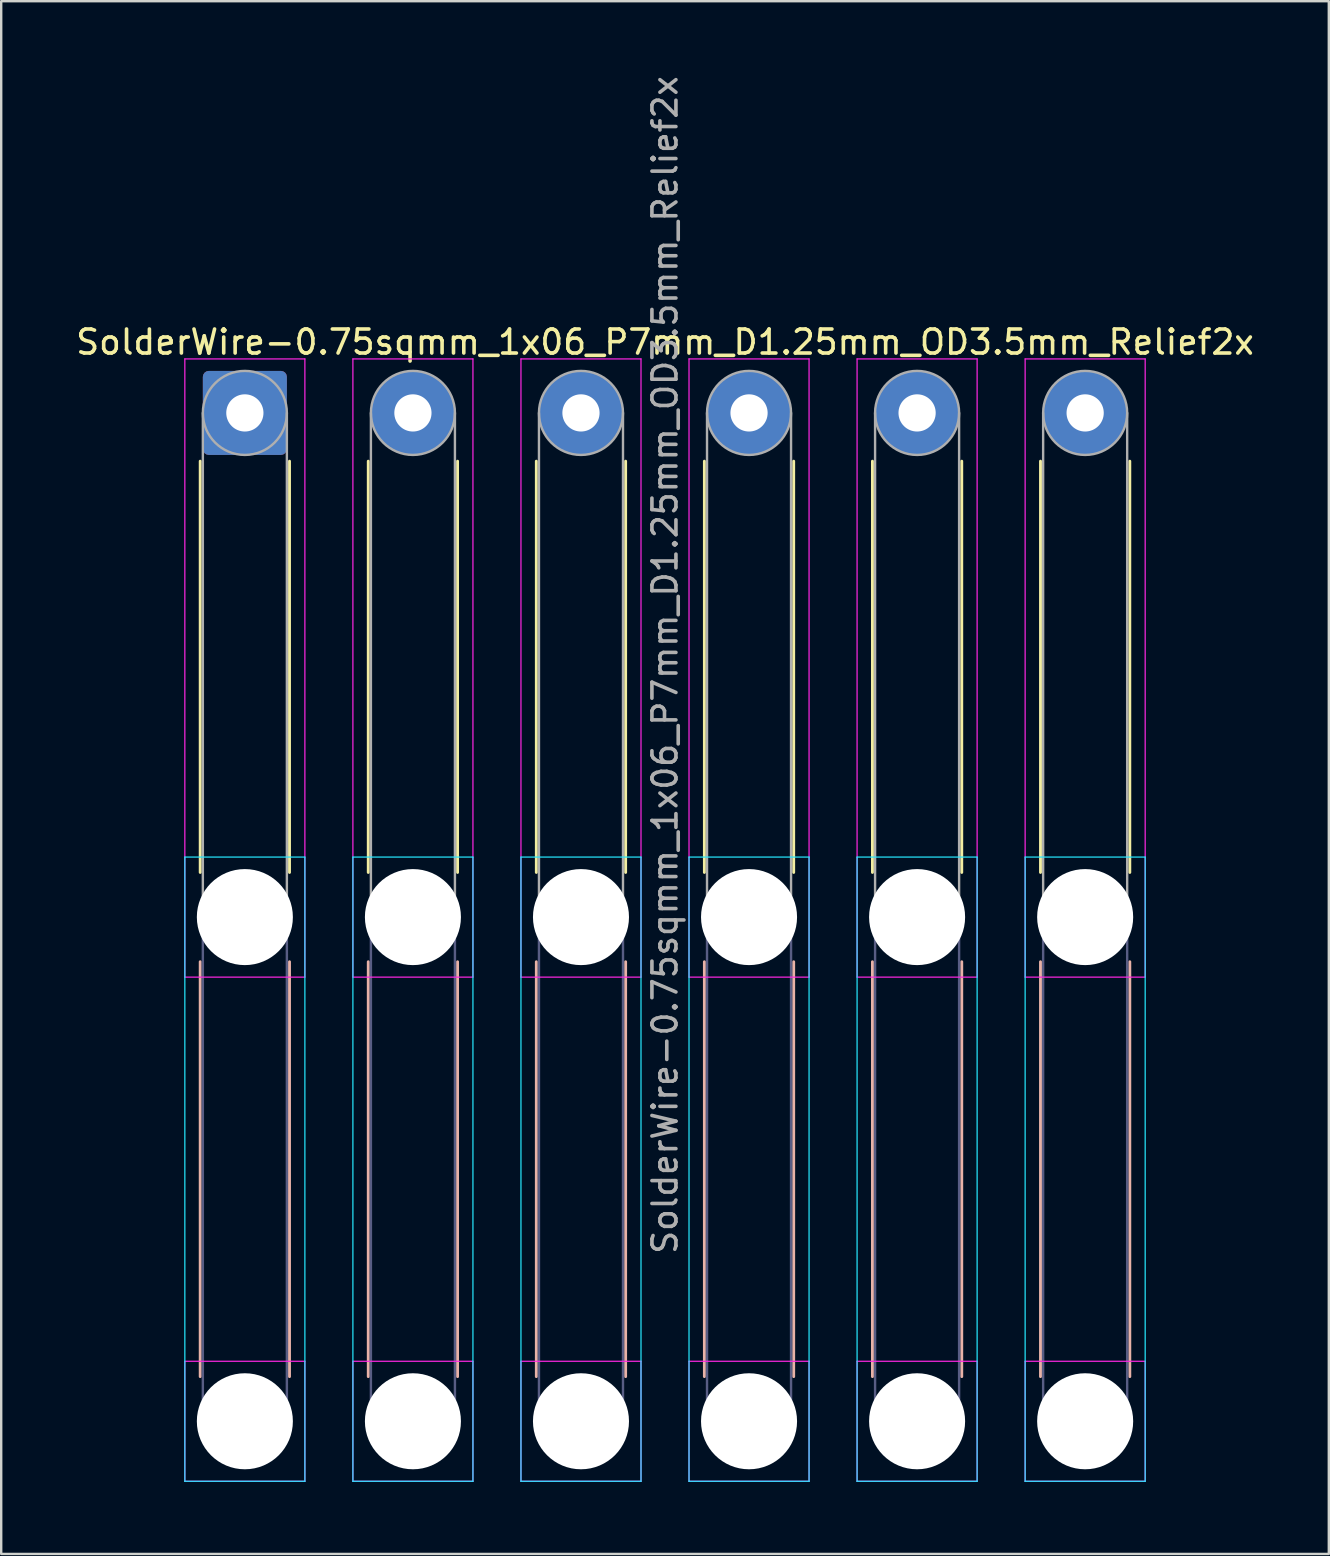
<source format=kicad_pcb>
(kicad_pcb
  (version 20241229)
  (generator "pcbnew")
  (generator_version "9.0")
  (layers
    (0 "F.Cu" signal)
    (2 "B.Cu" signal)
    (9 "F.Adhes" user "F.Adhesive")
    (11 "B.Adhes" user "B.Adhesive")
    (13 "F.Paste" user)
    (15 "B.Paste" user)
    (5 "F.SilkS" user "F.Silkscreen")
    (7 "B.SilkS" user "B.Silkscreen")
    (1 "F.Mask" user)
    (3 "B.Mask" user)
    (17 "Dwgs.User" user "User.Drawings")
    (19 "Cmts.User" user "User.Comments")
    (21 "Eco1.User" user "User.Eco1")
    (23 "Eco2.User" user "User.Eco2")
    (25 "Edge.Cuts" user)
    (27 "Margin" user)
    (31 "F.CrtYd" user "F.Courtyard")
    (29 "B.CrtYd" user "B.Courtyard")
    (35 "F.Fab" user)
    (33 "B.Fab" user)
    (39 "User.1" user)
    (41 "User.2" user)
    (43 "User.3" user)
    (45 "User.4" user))
  (footprint "SolderWire-0.75sqmm_1x06_P7mm_D1.25mm_OD3.5mm_Relief2x"
    (layer "F.Cu")
    (at 7.149 14.149)
    (property "Reference" "SolderWire-0.75sqmm_1x06_P7mm_D1.25mm_OD3.5mm_Relief2x" (at 17.5 -2.95 0) (layer "F.SilkS") (effects (font (size 1 1) (thickness 0.15))))
    (attr exclude_from_pos_files exclude_from_bom)
    (fp_line (start -1.86 2.01) (end -1.86 19.14) (stroke (width 0.12) (type solid)) (layer "F.SilkS"))
    (fp_line (start 1.86 2.01) (end 1.86 19.14) (stroke (width 0.12) (type solid)) (layer "F.SilkS"))
    (fp_line (start 5.14 2.01) (end 5.14 19.14) (stroke (width 0.12) (type solid)) (layer "F.SilkS"))
    (fp_line (start 8.86 2.01) (end 8.86 19.14) (stroke (width 0.12) (type solid)) (layer "F.SilkS"))
    (fp_line (start 12.14 2.01) (end 12.14 19.14) (stroke (width 0.12) (type solid)) (layer "F.SilkS"))
    (fp_line (start 15.86 2.01) (end 15.86 19.14) (stroke (width 0.12) (type solid)) (layer "F.SilkS"))
    (fp_line (start 19.14 2.01) (end 19.14 19.14) (stroke (width 0.12) (type solid)) (layer "F.SilkS"))
    (fp_line (start 22.86 2.01) (end 22.86 19.14) (stroke (width 0.12) (type solid)) (layer "F.SilkS"))
    (fp_line (start 26.14 2.01) (end 26.14 19.14) (stroke (width 0.12) (type solid)) (layer "F.SilkS"))
    (fp_line (start 29.86 2.01) (end 29.86 19.14) (stroke (width 0.12) (type solid)) (layer "F.SilkS"))
    (fp_line (start 33.14 2.01) (end 33.14 19.14) (stroke (width 0.12) (type solid)) (layer "F.SilkS"))
    (fp_line (start 36.86 2.01) (end 36.86 19.14) (stroke (width 0.12) (type solid)) (layer "F.SilkS"))
    (fp_line (start -1.86 22.86) (end -1.86 40.14) (stroke (width 0.12) (type solid)) (layer "B.SilkS"))
    (fp_line (start 1.86 22.86) (end 1.86 40.14) (stroke (width 0.12) (type solid)) (layer "B.SilkS"))
    (fp_line (start 5.14 22.86) (end 5.14 40.14) (stroke (width 0.12) (type solid)) (layer "B.SilkS"))
    (fp_line (start 8.86 22.86) (end 8.86 40.14) (stroke (width 0.12) (type solid)) (layer "B.SilkS"))
    (fp_line (start 12.14 22.86) (end 12.14 40.14) (stroke (width 0.12) (type solid)) (layer "B.SilkS"))
    (fp_line (start 15.86 22.86) (end 15.86 40.14) (stroke (width 0.12) (type solid)) (layer "B.SilkS"))
    (fp_line (start 19.14 22.86) (end 19.14 40.14) (stroke (width 0.12) (type solid)) (layer "B.SilkS"))
    (fp_line (start 22.86 22.86) (end 22.86 40.14) (stroke (width 0.12) (type solid)) (layer "B.SilkS"))
    (fp_line (start 26.14 22.86) (end 26.14 40.14) (stroke (width 0.12) (type solid)) (layer "B.SilkS"))
    (fp_line (start 29.86 22.86) (end 29.86 40.14) (stroke (width 0.12) (type solid)) (layer "B.SilkS"))
    (fp_line (start 33.14 22.86) (end 33.14 40.14) (stroke (width 0.12) (type solid)) (layer "B.SilkS"))
    (fp_line (start 36.86 22.86) (end 36.86 40.14) (stroke (width 0.12) (type solid)) (layer "B.SilkS"))
    (fp_line (start -2.5 18.5) (end -2.5 44.5) (stroke (width 0.05) (type solid)) (layer "B.CrtYd"))
    (fp_line (start -2.5 44.5) (end 2.5 44.5) (stroke (width 0.05) (type solid)) (layer "B.CrtYd"))
    (fp_line (start 2.5 18.5) (end -2.5 18.5) (stroke (width 0.05) (type solid)) (layer "B.CrtYd"))
    (fp_line (start 2.5 44.5) (end 2.5 18.5) (stroke (width 0.05) (type solid)) (layer "B.CrtYd"))
    (fp_line (start 4.5 18.5) (end 4.5 44.5) (stroke (width 0.05) (type solid)) (layer "B.CrtYd"))
    (fp_line (start 4.5 44.5) (end 9.5 44.5) (stroke (width 0.05) (type solid)) (layer "B.CrtYd"))
    (fp_line (start 9.5 18.5) (end 4.5 18.5) (stroke (width 0.05) (type solid)) (layer "B.CrtYd"))
    (fp_line (start 9.5 44.5) (end 9.5 18.5) (stroke (width 0.05) (type solid)) (layer "B.CrtYd"))
    (fp_line (start 11.5 18.5) (end 11.5 44.5) (stroke (width 0.05) (type solid)) (layer "B.CrtYd"))
    (fp_line (start 11.5 44.5) (end 16.5 44.5) (stroke (width 0.05) (type solid)) (layer "B.CrtYd"))
    (fp_line (start 16.5 18.5) (end 11.5 18.5) (stroke (width 0.05) (type solid)) (layer "B.CrtYd"))
    (fp_line (start 16.5 44.5) (end 16.5 18.5) (stroke (width 0.05) (type solid)) (layer "B.CrtYd"))
    (fp_line (start 18.5 18.5) (end 18.5 44.5) (stroke (width 0.05) (type solid)) (layer "B.CrtYd"))
    (fp_line (start 18.5 44.5) (end 23.5 44.5) (stroke (width 0.05) (type solid)) (layer "B.CrtYd"))
    (fp_line (start 23.5 18.5) (end 18.5 18.5) (stroke (width 0.05) (type solid)) (layer "B.CrtYd"))
    (fp_line (start 23.5 44.5) (end 23.5 18.5) (stroke (width 0.05) (type solid)) (layer "B.CrtYd"))
    (fp_line (start 25.5 18.5) (end 25.5 44.5) (stroke (width 0.05) (type solid)) (layer "B.CrtYd"))
    (fp_line (start 25.5 44.5) (end 30.5 44.5) (stroke (width 0.05) (type solid)) (layer "B.CrtYd"))
    (fp_line (start 30.5 18.5) (end 25.5 18.5) (stroke (width 0.05) (type solid)) (layer "B.CrtYd"))
    (fp_line (start 30.5 44.5) (end 30.5 18.5) (stroke (width 0.05) (type solid)) (layer "B.CrtYd"))
    (fp_line (start 32.5 18.5) (end 32.5 44.5) (stroke (width 0.05) (type solid)) (layer "B.CrtYd"))
    (fp_line (start 32.5 44.5) (end 37.5 44.5) (stroke (width 0.05) (type solid)) (layer "B.CrtYd"))
    (fp_line (start 37.5 18.5) (end 32.5 18.5) (stroke (width 0.05) (type solid)) (layer "B.CrtYd"))
    (fp_line (start 37.5 44.5) (end 37.5 18.5) (stroke (width 0.05) (type solid)) (layer "B.CrtYd"))
    (fp_line (start -2.5 -2.25) (end -2.5 23.5) (stroke (width 0.05) (type solid)) (layer "F.CrtYd"))
    (fp_line (start -2.5 23.5) (end 2.5 23.5) (stroke (width 0.05) (type solid)) (layer "F.CrtYd"))
    (fp_line (start -2.5 39.5) (end -2.5 44.5) (stroke (width 0.05) (type solid)) (layer "F.CrtYd"))
    (fp_line (start -2.5 44.5) (end 2.5 44.5) (stroke (width 0.05) (type solid)) (layer "F.CrtYd"))
    (fp_line (start 2.5 -2.25) (end -2.5 -2.25) (stroke (width 0.05) (type solid)) (layer "F.CrtYd"))
    (fp_line (start 2.5 23.5) (end 2.5 -2.25) (stroke (width 0.05) (type solid)) (layer "F.CrtYd"))
    (fp_line (start 2.5 39.5) (end -2.5 39.5) (stroke (width 0.05) (type solid)) (layer "F.CrtYd"))
    (fp_line (start 2.5 44.5) (end 2.5 39.5) (stroke (width 0.05) (type solid)) (layer "F.CrtYd"))
    (fp_line (start 4.5 -2.25) (end 4.5 23.5) (stroke (width 0.05) (type solid)) (layer "F.CrtYd"))
    (fp_line (start 4.5 23.5) (end 9.5 23.5) (stroke (width 0.05) (type solid)) (layer "F.CrtYd"))
    (fp_line (start 4.5 39.5) (end 4.5 44.5) (stroke (width 0.05) (type solid)) (layer "F.CrtYd"))
    (fp_line (start 4.5 44.5) (end 9.5 44.5) (stroke (width 0.05) (type solid)) (layer "F.CrtYd"))
    (fp_line (start 9.5 -2.25) (end 4.5 -2.25) (stroke (width 0.05) (type solid)) (layer "F.CrtYd"))
    (fp_line (start 9.5 23.5) (end 9.5 -2.25) (stroke (width 0.05) (type solid)) (layer "F.CrtYd"))
    (fp_line (start 9.5 39.5) (end 4.5 39.5) (stroke (width 0.05) (type solid)) (layer "F.CrtYd"))
    (fp_line (start 9.5 44.5) (end 9.5 39.5) (stroke (width 0.05) (type solid)) (layer "F.CrtYd"))
    (fp_line (start 11.5 -2.25) (end 11.5 23.5) (stroke (width 0.05) (type solid)) (layer "F.CrtYd"))
    (fp_line (start 11.5 23.5) (end 16.5 23.5) (stroke (width 0.05) (type solid)) (layer "F.CrtYd"))
    (fp_line (start 11.5 39.5) (end 11.5 44.5) (stroke (width 0.05) (type solid)) (layer "F.CrtYd"))
    (fp_line (start 11.5 44.5) (end 16.5 44.5) (stroke (width 0.05) (type solid)) (layer "F.CrtYd"))
    (fp_line (start 16.5 -2.25) (end 11.5 -2.25) (stroke (width 0.05) (type solid)) (layer "F.CrtYd"))
    (fp_line (start 16.5 23.5) (end 16.5 -2.25) (stroke (width 0.05) (type solid)) (layer "F.CrtYd"))
    (fp_line (start 16.5 39.5) (end 11.5 39.5) (stroke (width 0.05) (type solid)) (layer "F.CrtYd"))
    (fp_line (start 16.5 44.5) (end 16.5 39.5) (stroke (width 0.05) (type solid)) (layer "F.CrtYd"))
    (fp_line (start 18.5 -2.25) (end 18.5 23.5) (stroke (width 0.05) (type solid)) (layer "F.CrtYd"))
    (fp_line (start 18.5 23.5) (end 23.5 23.5) (stroke (width 0.05) (type solid)) (layer "F.CrtYd"))
    (fp_line (start 18.5 39.5) (end 18.5 44.5) (stroke (width 0.05) (type solid)) (layer "F.CrtYd"))
    (fp_line (start 18.5 44.5) (end 23.5 44.5) (stroke (width 0.05) (type solid)) (layer "F.CrtYd"))
    (fp_line (start 23.5 -2.25) (end 18.5 -2.25) (stroke (width 0.05) (type solid)) (layer "F.CrtYd"))
    (fp_line (start 23.5 23.5) (end 23.5 -2.25) (stroke (width 0.05) (type solid)) (layer "F.CrtYd"))
    (fp_line (start 23.5 39.5) (end 18.5 39.5) (stroke (width 0.05) (type solid)) (layer "F.CrtYd"))
    (fp_line (start 23.5 44.5) (end 23.5 39.5) (stroke (width 0.05) (type solid)) (layer "F.CrtYd"))
    (fp_line (start 25.5 -2.25) (end 25.5 23.5) (stroke (width 0.05) (type solid)) (layer "F.CrtYd"))
    (fp_line (start 25.5 23.5) (end 30.5 23.5) (stroke (width 0.05) (type solid)) (layer "F.CrtYd"))
    (fp_line (start 25.5 39.5) (end 25.5 44.5) (stroke (width 0.05) (type solid)) (layer "F.CrtYd"))
    (fp_line (start 25.5 44.5) (end 30.5 44.5) (stroke (width 0.05) (type solid)) (layer "F.CrtYd"))
    (fp_line (start 30.5 -2.25) (end 25.5 -2.25) (stroke (width 0.05) (type solid)) (layer "F.CrtYd"))
    (fp_line (start 30.5 23.5) (end 30.5 -2.25) (stroke (width 0.05) (type solid)) (layer "F.CrtYd"))
    (fp_line (start 30.5 39.5) (end 25.5 39.5) (stroke (width 0.05) (type solid)) (layer "F.CrtYd"))
    (fp_line (start 30.5 44.5) (end 30.5 39.5) (stroke (width 0.05) (type solid)) (layer "F.CrtYd"))
    (fp_line (start 32.5 -2.25) (end 32.5 23.5) (stroke (width 0.05) (type solid)) (layer "F.CrtYd"))
    (fp_line (start 32.5 23.5) (end 37.5 23.5) (stroke (width 0.05) (type solid)) (layer "F.CrtYd"))
    (fp_line (start 32.5 39.5) (end 32.5 44.5) (stroke (width 0.05) (type solid)) (layer "F.CrtYd"))
    (fp_line (start 32.5 44.5) (end 37.5 44.5) (stroke (width 0.05) (type solid)) (layer "F.CrtYd"))
    (fp_line (start 37.5 -2.25) (end 32.5 -2.25) (stroke (width 0.05) (type solid)) (layer "F.CrtYd"))
    (fp_line (start 37.5 23.5) (end 37.5 -2.25) (stroke (width 0.05) (type solid)) (layer "F.CrtYd"))
    (fp_line (start 37.5 39.5) (end 32.5 39.5) (stroke (width 0.05) (type solid)) (layer "F.CrtYd"))
    (fp_line (start 37.5 44.5) (end 37.5 39.5) (stroke (width 0.05) (type solid)) (layer "F.CrtYd"))
    (fp_line (start -1.75 21) (end -1.75 42) (stroke (width 0.1) (type solid)) (layer "B.Fab"))
    (fp_line (start 1.75 21) (end 1.75 42) (stroke (width 0.1) (type solid)) (layer "B.Fab"))
    (fp_line (start 5.25 21) (end 5.25 42) (stroke (width 0.1) (type solid)) (layer "B.Fab"))
    (fp_line (start 8.75 21) (end 8.75 42) (stroke (width 0.1) (type solid)) (layer "B.Fab"))
    (fp_line (start 12.25 21) (end 12.25 42) (stroke (width 0.1) (type solid)) (layer "B.Fab"))
    (fp_line (start 15.75 21) (end 15.75 42) (stroke (width 0.1) (type solid)) (layer "B.Fab"))
    (fp_line (start 19.25 21) (end 19.25 42) (stroke (width 0.1) (type solid)) (layer "B.Fab"))
    (fp_line (start 22.75 21) (end 22.75 42) (stroke (width 0.1) (type solid)) (layer "B.Fab"))
    (fp_line (start 26.25 21) (end 26.25 42) (stroke (width 0.1) (type solid)) (layer "B.Fab"))
    (fp_line (start 29.75 21) (end 29.75 42) (stroke (width 0.1) (type solid)) (layer "B.Fab"))
    (fp_line (start 33.25 21) (end 33.25 42) (stroke (width 0.1) (type solid)) (layer "B.Fab"))
    (fp_line (start 36.75 21) (end 36.75 42) (stroke (width 0.1) (type solid)) (layer "B.Fab"))
    (fp_circle (center 0 21) (end 1.75 21) (stroke (width 0.1) (type solid)) (fill no) (layer "B.Fab"))
    (fp_circle (center 0 42) (end 1.75 42) (stroke (width 0.1) (type solid)) (fill no) (layer "B.Fab"))
    (fp_circle (center 7 21) (end 8.75 21) (stroke (width 0.1) (type solid)) (fill no) (layer "B.Fab"))
    (fp_circle (center 7 42) (end 8.75 42) (stroke (width 0.1) (type solid)) (fill no) (layer "B.Fab"))
    (fp_circle (center 14 21) (end 15.75 21) (stroke (width 0.1) (type solid)) (fill no) (layer "B.Fab"))
    (fp_circle (center 14 42) (end 15.75 42) (stroke (width 0.1) (type solid)) (fill no) (layer "B.Fab"))
    (fp_circle (center 21 21) (end 22.75 21) (stroke (width 0.1) (type solid)) (fill no) (layer "B.Fab"))
    (fp_circle (center 21 42) (end 22.75 42) (stroke (width 0.1) (type solid)) (fill no) (layer "B.Fab"))
    (fp_circle (center 28 21) (end 29.75 21) (stroke (width 0.1) (type solid)) (fill no) (layer "B.Fab"))
    (fp_circle (center 28 42) (end 29.75 42) (stroke (width 0.1) (type solid)) (fill no) (layer "B.Fab"))
    (fp_circle (center 35 21) (end 36.75 21) (stroke (width 0.1) (type solid)) (fill no) (layer "B.Fab"))
    (fp_circle (center 35 42) (end 36.75 42) (stroke (width 0.1) (type solid)) (fill no) (layer "B.Fab"))
    (fp_line (start -1.75 0) (end -1.75 21) (stroke (width 0.1) (type solid)) (layer "F.Fab"))
    (fp_line (start 1.75 0) (end 1.75 21) (stroke (width 0.1) (type solid)) (layer "F.Fab"))
    (fp_line (start 5.25 0) (end 5.25 21) (stroke (width 0.1) (type solid)) (layer "F.Fab"))
    (fp_line (start 8.75 0) (end 8.75 21) (stroke (width 0.1) (type solid)) (layer "F.Fab"))
    (fp_line (start 12.25 0) (end 12.25 21) (stroke (width 0.1) (type solid)) (layer "F.Fab"))
    (fp_line (start 15.75 0) (end 15.75 21) (stroke (width 0.1) (type solid)) (layer "F.Fab"))
    (fp_line (start 19.25 0) (end 19.25 21) (stroke (width 0.1) (type solid)) (layer "F.Fab"))
    (fp_line (start 22.75 0) (end 22.75 21) (stroke (width 0.1) (type solid)) (layer "F.Fab"))
    (fp_line (start 26.25 0) (end 26.25 21) (stroke (width 0.1) (type solid)) (layer "F.Fab"))
    (fp_line (start 29.75 0) (end 29.75 21) (stroke (width 0.1) (type solid)) (layer "F.Fab"))
    (fp_line (start 33.25 0) (end 33.25 21) (stroke (width 0.1) (type solid)) (layer "F.Fab"))
    (fp_line (start 36.75 0) (end 36.75 21) (stroke (width 0.1) (type solid)) (layer "F.Fab"))
    (fp_circle (center 0 0) (end 1.75 0) (stroke (width 0.1) (type solid)) (fill no) (layer "F.Fab"))
    (fp_circle (center 0 21) (end 1.75 21) (stroke (width 0.1) (type solid)) (fill no) (layer "F.Fab"))
    (fp_circle (center 0 42) (end 1.75 42) (stroke (width 0.1) (type solid)) (fill no) (layer "F.Fab"))
    (fp_circle (center 7 0) (end 8.75 0) (stroke (width 0.1) (type solid)) (fill no) (layer "F.Fab"))
    (fp_circle (center 7 21) (end 8.75 21) (stroke (width 0.1) (type solid)) (fill no) (layer "F.Fab"))
    (fp_circle (center 7 42) (end 8.75 42) (stroke (width 0.1) (type solid)) (fill no) (layer "F.Fab"))
    (fp_circle (center 14 0) (end 15.75 0) (stroke (width 0.1) (type solid)) (fill no) (layer "F.Fab"))
    (fp_circle (center 14 21) (end 15.75 21) (stroke (width 0.1) (type solid)) (fill no) (layer "F.Fab"))
    (fp_circle (center 14 42) (end 15.75 42) (stroke (width 0.1) (type solid)) (fill no) (layer "F.Fab"))
    (fp_circle (center 21 0) (end 22.75 0) (stroke (width 0.1) (type solid)) (fill no) (layer "F.Fab"))
    (fp_circle (center 21 21) (end 22.75 21) (stroke (width 0.1) (type solid)) (fill no) (layer "F.Fab"))
    (fp_circle (center 21 42) (end 22.75 42) (stroke (width 0.1) (type solid)) (fill no) (layer "F.Fab"))
    (fp_circle (center 28 0) (end 29.75 0) (stroke (width 0.1) (type solid)) (fill no) (layer "F.Fab"))
    (fp_circle (center 28 21) (end 29.75 21) (stroke (width 0.1) (type solid)) (fill no) (layer "F.Fab"))
    (fp_circle (center 28 42) (end 29.75 42) (stroke (width 0.1) (type solid)) (fill no) (layer "F.Fab"))
    (fp_circle (center 35 0) (end 36.75 0) (stroke (width 0.1) (type solid)) (fill no) (layer "F.Fab"))
    (fp_circle (center 35 21) (end 36.75 21) (stroke (width 0.1) (type solid)) (fill no) (layer "F.Fab"))
    (fp_circle (center 35 42) (end 36.75 42) (stroke (width 0.1) (type solid)) (fill no) (layer "F.Fab"))
    (fp_text user "${REFERENCE}" (at 17.5 10.5 90) (layer "F.Fab") (effects (font (size 1 1) (thickness 0.15))))
    (pad "" np_thru_hole circle (at 0 21) (size 4 4) (drill 4) (layers "*.Cu" "*.Mask"))
    (pad "" np_thru_hole circle (at 0 42) (size 4 4) (drill 4) (layers "*.Cu" "*.Mask"))
    (pad "" np_thru_hole circle (at 7 21) (size 4 4) (drill 4) (layers "*.Cu" "*.Mask"))
    (pad "" np_thru_hole circle (at 7 42) (size 4 4) (drill 4) (layers "*.Cu" "*.Mask"))
    (pad "" np_thru_hole circle (at 14 21) (size 4 4) (drill 4) (layers "*.Cu" "*.Mask"))
    (pad "" np_thru_hole circle (at 14 42) (size 4 4) (drill 4) (layers "*.Cu" "*.Mask"))
    (pad "" np_thru_hole circle (at 21 21) (size 4 4) (drill 4) (layers "*.Cu" "*.Mask"))
    (pad "" np_thru_hole circle (at 21 42) (size 4 4) (drill 4) (layers "*.Cu" "*.Mask"))
    (pad "" np_thru_hole circle (at 28 21) (size 4 4) (drill 4) (layers "*.Cu" "*.Mask"))
    (pad "" np_thru_hole circle (at 28 42) (size 4 4) (drill 4) (layers "*.Cu" "*.Mask"))
    (pad "" np_thru_hole circle (at 35 21) (size 4 4) (drill 4) (layers "*.Cu" "*.Mask"))
    (pad "" np_thru_hole circle (at 35 42) (size 4 4) (drill 4) (layers "*.Cu" "*.Mask"))
    (pad "1" thru_hole roundrect (at 0 0) (size 3.5 3.5) (drill 1.55) (layers "*.Cu" "*.Mask") (roundrect_rratio 0.071))
    (pad "2" thru_hole circle (at 7 0) (size 3.5 3.5) (drill 1.55) (layers "*.Cu" "*.Mask"))
    (pad "3" thru_hole circle (at 14 0) (size 3.5 3.5) (drill 1.55) (layers "*.Cu" "*.Mask"))
    (pad "4" thru_hole circle (at 21 0) (size 3.5 3.5) (drill 1.55) (layers "*.Cu" "*.Mask"))
    (pad "5" thru_hole circle (at 28 0) (size 3.5 3.5) (drill 1.55) (layers "*.Cu" "*.Mask"))
    (pad "6" thru_hole circle (at 35 0) (size 3.5 3.5) (drill 1.55) (layers "*.Cu" "*.Mask")))
  (gr_rect
    (start -3 -3)
    (end 52.298 61.674)
    (stroke (width 0.1) (type default))
    (fill no)
    (layer "Edge.Cuts")))
</source>
